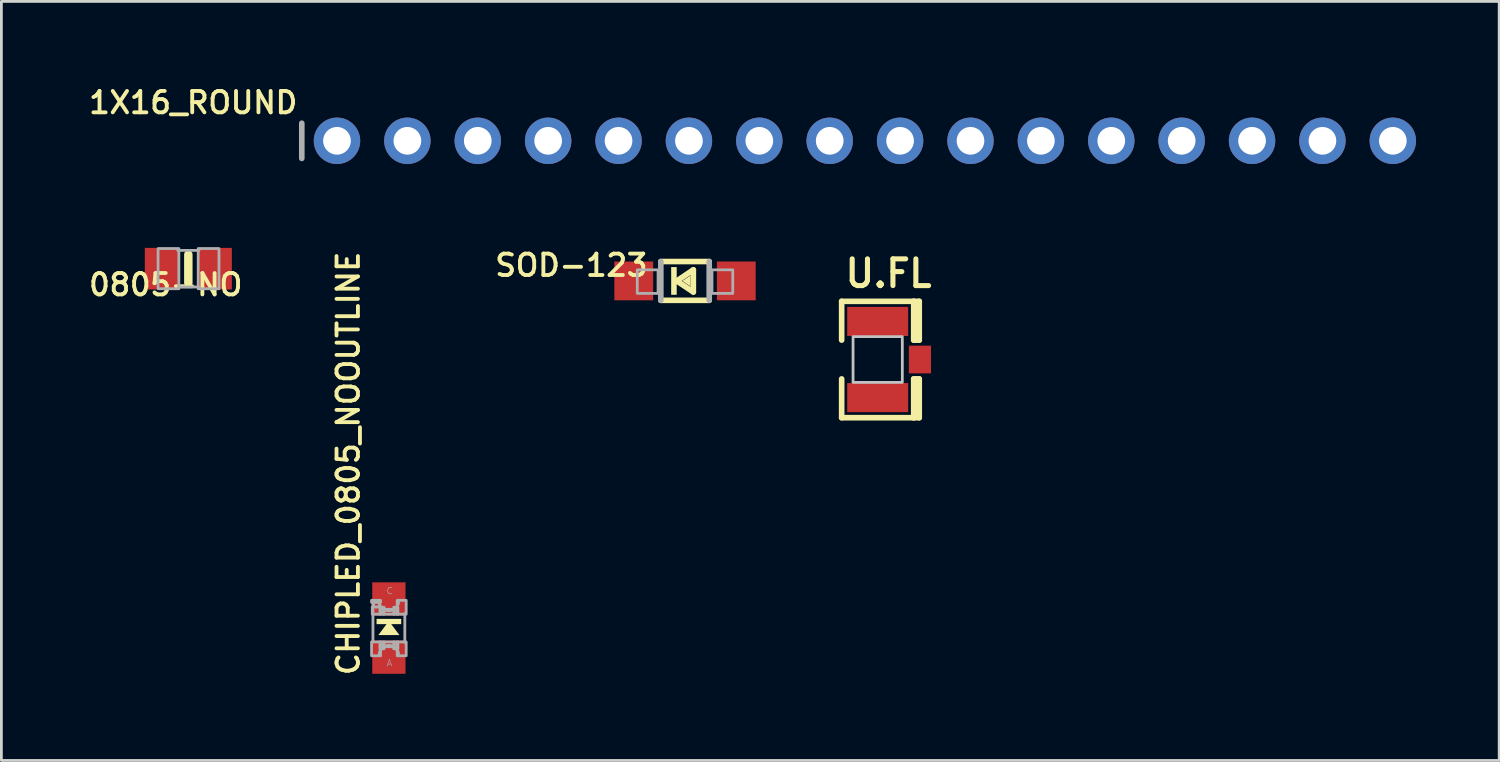
<source format=kicad_pcb>
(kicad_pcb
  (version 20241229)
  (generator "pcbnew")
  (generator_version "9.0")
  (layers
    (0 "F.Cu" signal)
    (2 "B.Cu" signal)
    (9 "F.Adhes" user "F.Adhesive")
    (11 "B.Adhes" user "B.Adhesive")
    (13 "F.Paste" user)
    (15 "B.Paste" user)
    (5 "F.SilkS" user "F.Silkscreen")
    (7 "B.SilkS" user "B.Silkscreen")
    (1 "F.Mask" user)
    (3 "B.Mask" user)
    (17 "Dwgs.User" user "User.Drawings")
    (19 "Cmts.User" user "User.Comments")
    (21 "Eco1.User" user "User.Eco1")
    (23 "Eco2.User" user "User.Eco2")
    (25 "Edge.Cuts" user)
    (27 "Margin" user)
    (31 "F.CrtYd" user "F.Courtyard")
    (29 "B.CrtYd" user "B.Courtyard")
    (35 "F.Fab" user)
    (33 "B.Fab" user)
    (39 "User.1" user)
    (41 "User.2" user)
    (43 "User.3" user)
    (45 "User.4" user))
  (footprint "U.FL"
    (layer "F.Cu")
    (at 28.621 9.923)
    (property "Reference" "U.FL" (at -1.27 -2.54 0) (layer "F.SilkS") (effects (font (size 0.965 0.965) (thickness 0.183)) (justify left bottom)))
    (attr through_hole)
    (fp_line (start -1.3 -0.7) (end -1.3 -2.1) (stroke (width 0.203) (type solid)) (layer "F.SilkS"))
    (fp_line (start -1.3 2.1) (end -1.3 0.7) (stroke (width 0.203) (type solid)) (layer "F.SilkS"))
    (fp_line (start -1.3 2.1) (end 1.3 2.1) (stroke (width 0.203) (type solid)) (layer "F.SilkS"))
    (fp_line (start 1.3 -2.1) (end -1.3 -2.1) (stroke (width 0.203) (type solid)) (layer "F.SilkS"))
    (fp_line (start 1.3 -0.7) (end 1.3 -2.1) (stroke (width 0.203) (type solid)) (layer "F.SilkS"))
    (fp_line (start 1.3 2.1) (end 1.3 0.7) (stroke (width 0.203) (type solid)) (layer "F.SilkS"))
    (fp_line (start 1.4 -0.7) (end 1.4 -2) (stroke (width 0.203) (type solid)) (layer "F.SilkS"))
    (fp_line (start 1.4 2) (end 1.4 0.7) (stroke (width 0.203) (type solid)) (layer "F.SilkS"))
    (fp_line (start 1.5 -2.1) (end 1.3 -2.1) (stroke (width 0.203) (type solid)) (layer "F.SilkS"))
    (fp_line (start 1.5 -0.7) (end 1.3 -0.7) (stroke (width 0.203) (type solid)) (layer "F.SilkS"))
    (fp_line (start 1.5 -0.7) (end 1.5 -2.1) (stroke (width 0.203) (type solid)) (layer "F.SilkS"))
    (fp_line (start 1.5 0.7) (end 1.3 0.7) (stroke (width 0.203) (type solid)) (layer "F.SilkS"))
    (fp_line (start 1.5 2.1) (end 1.3 2.1) (stroke (width 0.203) (type solid)) (layer "F.SilkS"))
    (fp_line (start 1.5 2.1) (end 1.5 0.7) (stroke (width 0.203) (type solid)) (layer "F.SilkS"))
    (fp_poly (pts (xy -0.889 0.826) (xy 0.889 0.826) (xy 0.889 -0.826) (xy -0.889 -0.826)) (stroke (width 0.1) (type solid)) (fill no) (layer "Dwgs.User"))
    (pad "1" smd rect (at 0 -1.375) (size 2.2 1.05) (layers "F.Cu" "F.Mask" "F.Paste"))
    (pad "2" smd rect (at 0 1.375) (size 2.2 1.05) (layers "F.Cu" "F.Mask" "F.Paste"))
    (pad "3" smd rect (at 1.525 0) (size 0.8 1) (layers "F.Cu" "F.Mask" "F.Paste")))
  (footprint "1X16_ROUND"
    (layer "F.Cu")
    (at 28.16 2.031)
    (property "Reference" "1X16_ROUND" (at -20.396 -1.829 180) (layer "F.SilkS") (effects (font (size 0.772 0.772) (thickness 0.139)) (justify right top)))
    (attr through_hole)
    (fp_line (start -20.32 -0.635) (end -20.32 0.635) (stroke (width 0.203) (type solid)) (layer "F.Fab"))
    (fp_poly (pts (xy -19.304 0.254) (xy -18.796 0.254) (xy -18.796 -0.254) (xy -19.304 -0.254)) (stroke (width 0.1) (type solid)) (fill no) (layer "F.Fab"))
    (fp_poly (pts (xy -16.764 0.254) (xy -16.256 0.254) (xy -16.256 -0.254) (xy -16.764 -0.254)) (stroke (width 0.1) (type solid)) (fill no) (layer "F.Fab"))
    (fp_poly (pts (xy -14.224 0.254) (xy -13.716 0.254) (xy -13.716 -0.254) (xy -14.224 -0.254)) (stroke (width 0.1) (type solid)) (fill no) (layer "F.Fab"))
    (fp_poly (pts (xy -11.684 0.254) (xy -11.176 0.254) (xy -11.176 -0.254) (xy -11.684 -0.254)) (stroke (width 0.1) (type solid)) (fill no) (layer "F.Fab"))
    (fp_poly (pts (xy -9.144 0.254) (xy -8.636 0.254) (xy -8.636 -0.254) (xy -9.144 -0.254)) (stroke (width 0.1) (type solid)) (fill no) (layer "F.Fab"))
    (fp_poly (pts (xy -6.604 0.254) (xy -6.096 0.254) (xy -6.096 -0.254) (xy -6.604 -0.254)) (stroke (width 0.1) (type solid)) (fill no) (layer "F.Fab"))
    (fp_poly (pts (xy -4.064 0.254) (xy -3.556 0.254) (xy -3.556 -0.254) (xy -4.064 -0.254)) (stroke (width 0.1) (type solid)) (fill no) (layer "F.Fab"))
    (fp_poly (pts (xy -1.524 0.254) (xy -1.016 0.254) (xy -1.016 -0.254) (xy -1.524 -0.254)) (stroke (width 0.1) (type solid)) (fill no) (layer "F.Fab"))
    (fp_poly (pts (xy 1.016 0.254) (xy 1.524 0.254) (xy 1.524 -0.254) (xy 1.016 -0.254)) (stroke (width 0.1) (type solid)) (fill no) (layer "F.Fab"))
    (fp_poly (pts (xy 3.556 0.254) (xy 4.064 0.254) (xy 4.064 -0.254) (xy 3.556 -0.254)) (stroke (width 0.1) (type solid)) (fill no) (layer "F.Fab"))
    (fp_poly (pts (xy 6.096 0.254) (xy 6.604 0.254) (xy 6.604 -0.254) (xy 6.096 -0.254)) (stroke (width 0.1) (type solid)) (fill no) (layer "F.Fab"))
    (fp_poly (pts (xy 8.636 0.254) (xy 9.144 0.254) (xy 9.144 -0.254) (xy 8.636 -0.254)) (stroke (width 0.1) (type solid)) (fill no) (layer "F.Fab"))
    (fp_poly (pts (xy 11.176 0.254) (xy 11.684 0.254) (xy 11.684 -0.254) (xy 11.176 -0.254)) (stroke (width 0.1) (type solid)) (fill no) (layer "F.Fab"))
    (fp_poly (pts (xy 13.716 0.254) (xy 14.224 0.254) (xy 14.224 -0.254) (xy 13.716 -0.254)) (stroke (width 0.1) (type solid)) (fill no) (layer "F.Fab"))
    (fp_poly (pts (xy 16.256 0.254) (xy 16.764 0.254) (xy 16.764 -0.254) (xy 16.256 -0.254)) (stroke (width 0.1) (type solid)) (fill no) (layer "F.Fab"))
    (fp_poly (pts (xy 18.796 0.254) (xy 19.304 0.254) (xy 19.304 -0.254) (xy 18.796 -0.254)) (stroke (width 0.1) (type solid)) (fill no) (layer "F.Fab"))
    (pad "1" thru_hole circle (at -19.05 0 90) (size 1.676 1.676) (drill 1) (layers "*.Cu" "*.Mask"))
    (pad "2" thru_hole circle (at -16.51 0 90) (size 1.676 1.676) (drill 1) (layers "*.Cu" "*.Mask"))
    (pad "3" thru_hole circle (at -13.97 0 90) (size 1.676 1.676) (drill 1) (layers "*.Cu" "*.Mask"))
    (pad "4" thru_hole circle (at -11.43 0 90) (size 1.676 1.676) (drill 1) (layers "*.Cu" "*.Mask"))
    (pad "5" thru_hole circle (at -8.89 0 90) (size 1.676 1.676) (drill 1) (layers "*.Cu" "*.Mask"))
    (pad "6" thru_hole circle (at -6.35 0 90) (size 1.676 1.676) (drill 1) (layers "*.Cu" "*.Mask"))
    (pad "7" thru_hole circle (at -3.81 0 90) (size 1.676 1.676) (drill 1) (layers "*.Cu" "*.Mask"))
    (pad "8" thru_hole circle (at -1.27 0 90) (size 1.676 1.676) (drill 1) (layers "*.Cu" "*.Mask"))
    (pad "9" thru_hole circle (at 1.27 0 90) (size 1.676 1.676) (drill 1) (layers "*.Cu" "*.Mask"))
    (pad "10" thru_hole circle (at 3.81 0 90) (size 1.676 1.676) (drill 1) (layers "*.Cu" "*.Mask"))
    (pad "11" thru_hole circle (at 6.35 0 90) (size 1.676 1.676) (drill 1) (layers "*.Cu" "*.Mask"))
    (pad "12" thru_hole circle (at 8.89 0 90) (size 1.676 1.676) (drill 1) (layers "*.Cu" "*.Mask"))
    (pad "13" thru_hole circle (at 11.43 0 90) (size 1.676 1.676) (drill 1) (layers "*.Cu" "*.Mask"))
    (pad "14" thru_hole circle (at 13.97 0 90) (size 1.676 1.676) (drill 1) (layers "*.Cu" "*.Mask"))
    (pad "15" thru_hole circle (at 16.51 0 90) (size 1.676 1.676) (drill 1) (layers "*.Cu" "*.Mask"))
    (pad "16" thru_hole circle (at 19.05 0 90) (size 1.676 1.676) (drill 1) (layers "*.Cu" "*.Mask")))
  (footprint "CHIPLED_0805_NOOUTLINE"
    (layer "F.Cu")
    (at 10.983 19.613)
    (property "Reference" "CHIPLED_0805_NOOUTLINE" (at -1.016 1.778 90) (layer "F.SilkS") (effects (font (size 0.772 0.772) (thickness 0.139)) (justify left bottom)))
    (attr through_hole)
    (fp_poly (pts (xy 0 -0.254) (xy -0.381 0.254) (xy 0.381 0.254)) (stroke (width 0) (type solid)) (fill yes) (layer "F.SilkS"))
    (fp_poly (pts (xy -0.445 -0.141) (xy 0.445 -0.141) (xy 0.445 -0.331) (xy -0.445 -0.331)) (stroke (width 0) (type solid)) (fill yes) (layer "F.SilkS"))
    (fp_line (start -0.575 0.5) (end -0.575 -0.925) (stroke (width 0.102) (type solid)) (layer "F.Fab"))
    (fp_line (start 0.575 -0.525) (end 0.575 0.525) (stroke (width 0.102) (type solid)) (layer "F.Fab"))
    (fp_arc (start -0.35 0.925) (mid -0.000001 0.625027) (end 0.35 0.924998) (stroke (width 0.1016) (type solid)) (layer "F.Fab"))
    (fp_arc (start 0.35 -0.924998) (mid -0.000001 -0.625027) (end -0.35 -0.925) (stroke (width 0.1016) (type solid)) (layer "F.Fab"))
    (fp_circle (center -0.45 -0.85) (end -0.347 -0.85) (stroke (width 0.076) (type solid)) (fill no) (layer "F.Fab"))
    (fp_poly (pts (xy -0.625 -0.925) (xy -0.3 -0.925) (xy -0.3 -1) (xy -0.625 -1)) (stroke (width 0.1) (type solid)) (fill no) (layer "F.Fab"))
    (fp_poly (pts (xy -0.625 1) (xy -0.3 1) (xy -0.3 0.5) (xy -0.625 0.5)) (stroke (width 0.1) (type solid)) (fill no) (layer "F.Fab"))
    (fp_poly (pts (xy -0.6 -0.5) (xy -0.3 -0.5) (xy -0.3 -0.762) (xy -0.6 -0.762)) (stroke (width 0.1) (type solid)) (fill no) (layer "F.Fab"))
    (fp_poly (pts (xy -0.325 -0.5) (xy -0.175 -0.5) (xy -0.175 -0.75) (xy -0.325 -0.75)) (stroke (width 0.1) (type solid)) (fill no) (layer "F.Fab"))
    (fp_poly (pts (xy -0.325 0.75) (xy -0.175 0.75) (xy -0.175 0.5) (xy -0.325 0.5)) (stroke (width 0.1) (type solid)) (fill no) (layer "F.Fab"))
    (fp_poly (pts (xy -0.2 -0.5) (xy 0.2 -0.5) (xy 0.2 -0.675) (xy -0.2 -0.675)) (stroke (width 0.1) (type solid)) (fill no) (layer "F.Fab"))
    (fp_poly (pts (xy -0.2 0.675) (xy 0.2 0.675) (xy 0.2 0.5) (xy -0.2 0.5)) (stroke (width 0.1) (type solid)) (fill no) (layer "F.Fab"))
    (fp_poly (pts (xy 0.175 -0.5) (xy 0.325 -0.5) (xy 0.325 -0.75) (xy 0.175 -0.75)) (stroke (width 0.1) (type solid)) (fill no) (layer "F.Fab"))
    (fp_poly (pts (xy 0.175 0.75) (xy 0.325 0.75) (xy 0.325 0.5) (xy 0.175 0.5)) (stroke (width 0.1) (type solid)) (fill no) (layer "F.Fab"))
    (fp_poly (pts (xy 0.3 -0.5) (xy 0.625 -0.5) (xy 0.625 -1) (xy 0.3 -1)) (stroke (width 0.1) (type solid)) (fill no) (layer "F.Fab"))
    (fp_poly (pts (xy 0.3 1) (xy 0.625 1) (xy 0.625 0.5) (xy 0.3 0.5)) (stroke (width 0.1) (type solid)) (fill no) (layer "F.Fab"))
    (fp_text user "C" (at -0.1 -1.2 0) (layer "F.Fab") (effects (font (size 0.241 0.241) (thickness 0.02)) (justify left bottom)))
    (fp_text user "A" (at -0.1 1.4 0) (layer "F.Fab") (effects (font (size 0.241 0.241) (thickness 0.02)) (justify left bottom)))
    (pad "A" smd rect (at 0 1.05) (size 1.2 1.2) (layers "F.Cu" "F.Mask" "F.Paste"))
    (pad "C" smd rect (at 0 -1.05) (size 1.2 1.2) (layers "F.Cu" "F.Mask" "F.Paste")))
  (footprint "SOD-123"
    (layer "F.Cu")
    (at 21.669 7.087)
    (property "Reference" "SOD-123" (at -1.27 -1.016 180) (layer "F.SilkS") (effects (font (size 0.772 0.772) (thickness 0.139)) (justify right top)))
    (attr through_hole)
    (fp_line (start -0.873 -0.7) (end 0.873 -0.7) (stroke (width 0.203) (type solid)) (layer "F.SilkS"))
    (fp_line (start -0.3 0) (end 0.3 -0.4) (stroke (width 0.203) (type solid)) (layer "F.SilkS"))
    (fp_line (start 0.3 -0.4) (end 0.3 0.4) (stroke (width 0.203) (type solid)) (layer "F.SilkS"))
    (fp_line (start 0.3 0.4) (end -0.3 0) (stroke (width 0.203) (type solid)) (layer "F.SilkS"))
    (fp_line (start 0.873 0.7) (end -0.873 0.7) (stroke (width 0.203) (type solid)) (layer "F.SilkS"))
    (fp_poly (pts (xy -0.1 0) (xy 0.2 -0.2) (xy 0.2 0.2)) (stroke (width 0) (type solid)) (fill yes) (layer "F.SilkS"))
    (fp_poly (pts (xy -0.5 0.5) (xy -0.3 0.5) (xy -0.3 -0.5) (xy -0.5 -0.5)) (stroke (width 0) (type solid)) (fill yes) (layer "F.SilkS"))
    (fp_line (start -0.873 0.7) (end -0.873 -0.7) (stroke (width 0.203) (type solid)) (layer "F.Fab"))
    (fp_line (start 0.873 -0.7) (end 0.873 0.7) (stroke (width 0.203) (type solid)) (layer "F.Fab"))
    (fp_poly (pts (xy -1.723 0.45) (xy -0.973 0.45) (xy -0.973 -0.4) (xy -1.723 -0.4)) (stroke (width 0.1) (type solid)) (fill no) (layer "F.Fab"))
    (fp_poly (pts (xy 0.973 0.45) (xy 1.723 0.45) (xy 1.723 -0.4) (xy 0.973 -0.4)) (stroke (width 0.1) (type solid)) (fill no) (layer "F.Fab"))
    (pad "A" smd rect (at 1.85 0 90) (size 1.4 1.4) (layers "F.Cu" "F.Mask" "F.Paste"))
    (pad "C" smd rect (at -1.85 0 90) (size 1.4 1.4) (layers "F.Cu" "F.Mask" "F.Paste")))
  (footprint "0805-NO"
    (layer "F.Cu")
    (at 3.746 6.645)
    (property "Reference" "0805-NO" (at 2.032 0.127 180) (layer "F.SilkS") (effects (font (size 0.772 0.772) (thickness 0.139)) (justify right top)))
    (attr through_hole)
    (fp_line (start 0 -0.508) (end 0 0.508) (stroke (width 0.305) (type solid)) (layer "F.SilkS"))
    (fp_line (start -0.381 -0.66) (end 0.381 -0.66) (stroke (width 0.102) (type solid)) (layer "F.Fab"))
    (fp_line (start -0.356 0.66) (end 0.381 0.66) (stroke (width 0.102) (type solid)) (layer "F.Fab"))
    (fp_poly (pts (xy -1.092 0.724) (xy -0.342 0.724) (xy -0.342 -0.726) (xy -1.092 -0.726)) (stroke (width 0.1) (type solid)) (fill no) (layer "F.Fab"))
    (fp_poly (pts (xy 0.356 0.724) (xy 1.106 0.724) (xy 1.106 -0.726) (xy 0.356 -0.726)) (stroke (width 0.1) (type solid)) (fill no) (layer "F.Fab"))
    (pad "1" smd rect (at -0.95 0) (size 1.24 1.5) (layers "F.Cu" "F.Mask" "F.Paste"))
    (pad "2" smd rect (at 0.95 0) (size 1.24 1.5) (layers "F.Cu" "F.Mask" "F.Paste")))
  (gr_rect
    (start -3 -3)
    (end 51.048 24.391)
    (stroke (width 0.1) (type default))
    (fill no)
    (layer "Edge.Cuts")))
</source>
